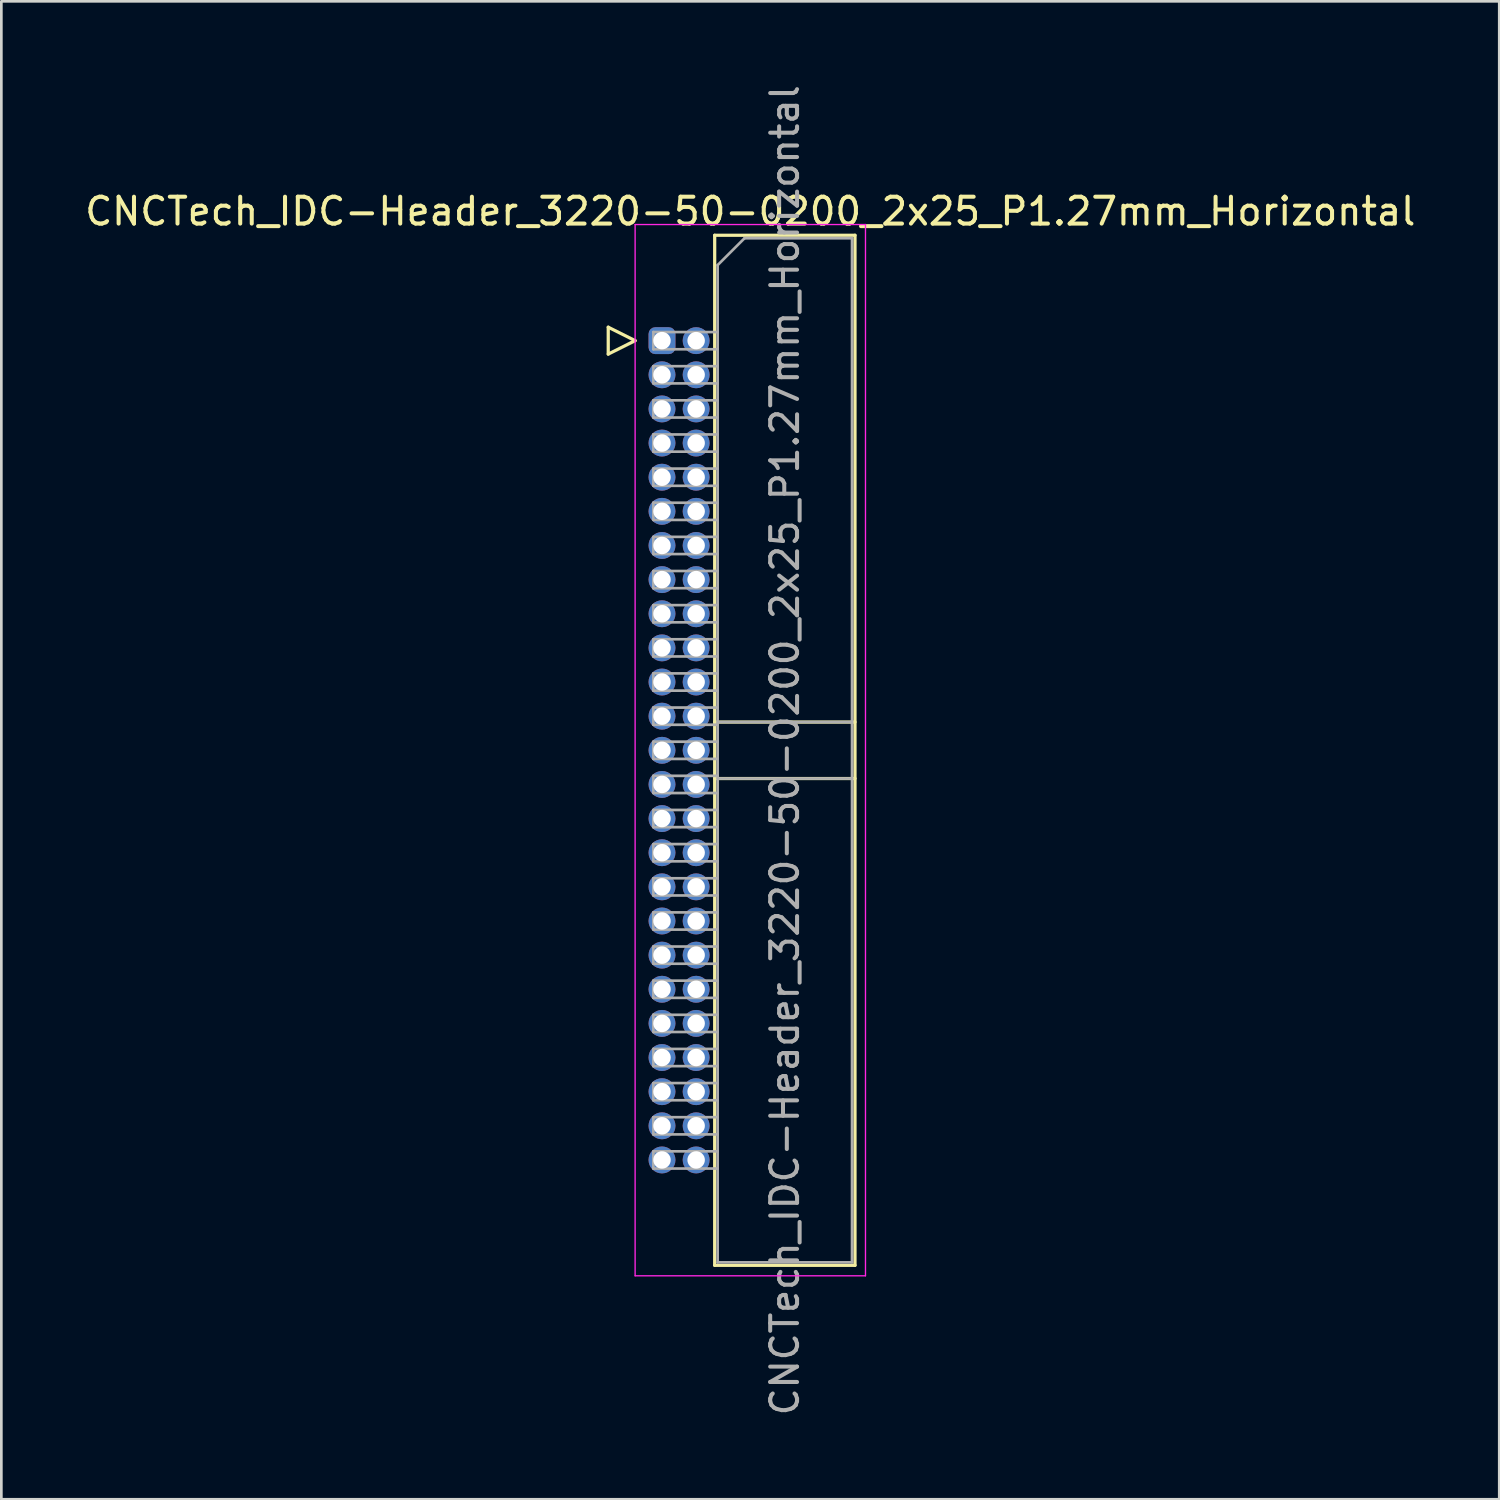
<source format=kicad_pcb>
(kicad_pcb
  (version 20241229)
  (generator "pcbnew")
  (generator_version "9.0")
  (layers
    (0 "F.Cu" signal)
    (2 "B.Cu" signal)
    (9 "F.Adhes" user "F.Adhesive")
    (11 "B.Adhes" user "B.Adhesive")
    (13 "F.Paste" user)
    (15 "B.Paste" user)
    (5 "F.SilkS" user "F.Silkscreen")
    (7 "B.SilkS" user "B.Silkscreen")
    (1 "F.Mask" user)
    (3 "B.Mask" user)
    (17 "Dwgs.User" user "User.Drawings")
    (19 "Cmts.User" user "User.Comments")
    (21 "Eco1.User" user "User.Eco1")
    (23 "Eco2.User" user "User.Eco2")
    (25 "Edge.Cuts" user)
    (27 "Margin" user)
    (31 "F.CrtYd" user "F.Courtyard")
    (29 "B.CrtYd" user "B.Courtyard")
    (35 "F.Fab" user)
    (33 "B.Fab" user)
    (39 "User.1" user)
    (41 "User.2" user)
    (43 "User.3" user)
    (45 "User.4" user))
  (footprint "CNCTech_IDC-Header_3220-50-0200_2x25_P1.27mm_Horizontal"
    (layer "F.Cu")
    (at 21.578 9.623)
    (property "Reference" "CNCTech_IDC-Header_3220-50-0200_2x25_P1.27mm_Horizontal" (at 3.285 -4.81 0) (layer "F.SilkS") (effects (font (size 1 1) (thickness 0.15))))
    (attr through_hole)
    (fp_line (start -2 -0.5) (end -2 0.5) (stroke (width 0.12) (type solid)) (layer "F.SilkS"))
    (fp_line (start -2 0.5) (end -1 0) (stroke (width 0.12) (type solid)) (layer "F.SilkS"))
    (fp_line (start -1 0) (end -2 -0.5) (stroke (width 0.12) (type solid)) (layer "F.SilkS"))
    (fp_line (start 1.96 -3.92) (end 7.18 -3.92) (stroke (width 0.12) (type solid)) (layer "F.SilkS"))
    (fp_line (start 1.96 14.19) (end 7.18 14.19) (stroke (width 0.12) (type solid)) (layer "F.SilkS"))
    (fp_line (start 1.96 16.29) (end 7.18 16.29) (stroke (width 0.12) (type solid)) (layer "F.SilkS"))
    (fp_line (start 1.96 34.4) (end 1.96 -3.92) (stroke (width 0.12) (type solid)) (layer "F.SilkS"))
    (fp_line (start 7.18 -3.92) (end 7.18 34.4) (stroke (width 0.12) (type solid)) (layer "F.SilkS"))
    (fp_line (start 7.18 34.4) (end 1.96 34.4) (stroke (width 0.12) (type solid)) (layer "F.SilkS"))
    (fp_line (start -1 -4.32) (end -1 34.79) (stroke (width 0.05) (type solid)) (layer "F.CrtYd"))
    (fp_line (start -1 34.79) (end 7.57 34.79) (stroke (width 0.05) (type solid)) (layer "F.CrtYd"))
    (fp_line (start 7.57 -4.32) (end -1 -4.32) (stroke (width 0.05) (type solid)) (layer "F.CrtYd"))
    (fp_line (start 7.57 34.79) (end 7.57 -4.32) (stroke (width 0.05) (type solid)) (layer "F.CrtYd"))
    (fp_line (start -0.32 -0.32) (end -0.32 0.32) (stroke (width 0.1) (type solid)) (layer "F.Fab"))
    (fp_line (start -0.32 0.32) (end 2.07 0.32) (stroke (width 0.1) (type solid)) (layer "F.Fab"))
    (fp_line (start -0.32 0.95) (end -0.32 1.59) (stroke (width 0.1) (type solid)) (layer "F.Fab"))
    (fp_line (start -0.32 1.59) (end 2.07 1.59) (stroke (width 0.1) (type solid)) (layer "F.Fab"))
    (fp_line (start -0.32 2.22) (end -0.32 2.86) (stroke (width 0.1) (type solid)) (layer "F.Fab"))
    (fp_line (start -0.32 2.86) (end 2.07 2.86) (stroke (width 0.1) (type solid)) (layer "F.Fab"))
    (fp_line (start -0.32 3.49) (end -0.32 4.13) (stroke (width 0.1) (type solid)) (layer "F.Fab"))
    (fp_line (start -0.32 4.13) (end 2.07 4.13) (stroke (width 0.1) (type solid)) (layer "F.Fab"))
    (fp_line (start -0.32 4.76) (end -0.32 5.4) (stroke (width 0.1) (type solid)) (layer "F.Fab"))
    (fp_line (start -0.32 5.4) (end 2.07 5.4) (stroke (width 0.1) (type solid)) (layer "F.Fab"))
    (fp_line (start -0.32 6.03) (end -0.32 6.67) (stroke (width 0.1) (type solid)) (layer "F.Fab"))
    (fp_line (start -0.32 6.67) (end 2.07 6.67) (stroke (width 0.1) (type solid)) (layer "F.Fab"))
    (fp_line (start -0.32 7.3) (end -0.32 7.94) (stroke (width 0.1) (type solid)) (layer "F.Fab"))
    (fp_line (start -0.32 7.94) (end 2.07 7.94) (stroke (width 0.1) (type solid)) (layer "F.Fab"))
    (fp_line (start -0.32 8.57) (end -0.32 9.21) (stroke (width 0.1) (type solid)) (layer "F.Fab"))
    (fp_line (start -0.32 9.21) (end 2.07 9.21) (stroke (width 0.1) (type solid)) (layer "F.Fab"))
    (fp_line (start -0.32 9.84) (end -0.32 10.48) (stroke (width 0.1) (type solid)) (layer "F.Fab"))
    (fp_line (start -0.32 10.48) (end 2.07 10.48) (stroke (width 0.1) (type solid)) (layer "F.Fab"))
    (fp_line (start -0.32 11.11) (end -0.32 11.75) (stroke (width 0.1) (type solid)) (layer "F.Fab"))
    (fp_line (start -0.32 11.75) (end 2.07 11.75) (stroke (width 0.1) (type solid)) (layer "F.Fab"))
    (fp_line (start -0.32 12.38) (end -0.32 13.02) (stroke (width 0.1) (type solid)) (layer "F.Fab"))
    (fp_line (start -0.32 13.02) (end 2.07 13.02) (stroke (width 0.1) (type solid)) (layer "F.Fab"))
    (fp_line (start -0.32 13.65) (end -0.32 14.29) (stroke (width 0.1) (type solid)) (layer "F.Fab"))
    (fp_line (start -0.32 14.29) (end 2.07 14.29) (stroke (width 0.1) (type solid)) (layer "F.Fab"))
    (fp_line (start -0.32 14.92) (end -0.32 15.56) (stroke (width 0.1) (type solid)) (layer "F.Fab"))
    (fp_line (start -0.32 15.56) (end 2.07 15.56) (stroke (width 0.1) (type solid)) (layer "F.Fab"))
    (fp_line (start -0.32 16.19) (end -0.32 16.83) (stroke (width 0.1) (type solid)) (layer "F.Fab"))
    (fp_line (start -0.32 16.83) (end 2.07 16.83) (stroke (width 0.1) (type solid)) (layer "F.Fab"))
    (fp_line (start -0.32 17.46) (end -0.32 18.1) (stroke (width 0.1) (type solid)) (layer "F.Fab"))
    (fp_line (start -0.32 18.1) (end 2.07 18.1) (stroke (width 0.1) (type solid)) (layer "F.Fab"))
    (fp_line (start -0.32 18.73) (end -0.32 19.37) (stroke (width 0.1) (type solid)) (layer "F.Fab"))
    (fp_line (start -0.32 19.37) (end 2.07 19.37) (stroke (width 0.1) (type solid)) (layer "F.Fab"))
    (fp_line (start -0.32 20) (end -0.32 20.64) (stroke (width 0.1) (type solid)) (layer "F.Fab"))
    (fp_line (start -0.32 20.64) (end 2.07 20.64) (stroke (width 0.1) (type solid)) (layer "F.Fab"))
    (fp_line (start -0.32 21.27) (end -0.32 21.91) (stroke (width 0.1) (type solid)) (layer "F.Fab"))
    (fp_line (start -0.32 21.91) (end 2.07 21.91) (stroke (width 0.1) (type solid)) (layer "F.Fab"))
    (fp_line (start -0.32 22.54) (end -0.32 23.18) (stroke (width 0.1) (type solid)) (layer "F.Fab"))
    (fp_line (start -0.32 23.18) (end 2.07 23.18) (stroke (width 0.1) (type solid)) (layer "F.Fab"))
    (fp_line (start -0.32 23.81) (end -0.32 24.45) (stroke (width 0.1) (type solid)) (layer "F.Fab"))
    (fp_line (start -0.32 24.45) (end 2.07 24.45) (stroke (width 0.1) (type solid)) (layer "F.Fab"))
    (fp_line (start -0.32 25.08) (end -0.32 25.72) (stroke (width 0.1) (type solid)) (layer "F.Fab"))
    (fp_line (start -0.32 25.72) (end 2.07 25.72) (stroke (width 0.1) (type solid)) (layer "F.Fab"))
    (fp_line (start -0.32 26.35) (end -0.32 26.99) (stroke (width 0.1) (type solid)) (layer "F.Fab"))
    (fp_line (start -0.32 26.99) (end 2.07 26.99) (stroke (width 0.1) (type solid)) (layer "F.Fab"))
    (fp_line (start -0.32 27.62) (end -0.32 28.26) (stroke (width 0.1) (type solid)) (layer "F.Fab"))
    (fp_line (start -0.32 28.26) (end 2.07 28.26) (stroke (width 0.1) (type solid)) (layer "F.Fab"))
    (fp_line (start -0.32 28.89) (end -0.32 29.53) (stroke (width 0.1) (type solid)) (layer "F.Fab"))
    (fp_line (start -0.32 29.53) (end 2.07 29.53) (stroke (width 0.1) (type solid)) (layer "F.Fab"))
    (fp_line (start -0.32 30.16) (end -0.32 30.8) (stroke (width 0.1) (type solid)) (layer "F.Fab"))
    (fp_line (start -0.32 30.8) (end 2.07 30.8) (stroke (width 0.1) (type solid)) (layer "F.Fab"))
    (fp_line (start 2.07 -2.81) (end 3.07 -3.81) (stroke (width 0.1) (type solid)) (layer "F.Fab"))
    (fp_line (start 2.07 -0.32) (end -0.32 -0.32) (stroke (width 0.1) (type solid)) (layer "F.Fab"))
    (fp_line (start 2.07 0.95) (end -0.32 0.95) (stroke (width 0.1) (type solid)) (layer "F.Fab"))
    (fp_line (start 2.07 2.22) (end -0.32 2.22) (stroke (width 0.1) (type solid)) (layer "F.Fab"))
    (fp_line (start 2.07 3.49) (end -0.32 3.49) (stroke (width 0.1) (type solid)) (layer "F.Fab"))
    (fp_line (start 2.07 4.76) (end -0.32 4.76) (stroke (width 0.1) (type solid)) (layer "F.Fab"))
    (fp_line (start 2.07 6.03) (end -0.32 6.03) (stroke (width 0.1) (type solid)) (layer "F.Fab"))
    (fp_line (start 2.07 7.3) (end -0.32 7.3) (stroke (width 0.1) (type solid)) (layer "F.Fab"))
    (fp_line (start 2.07 8.57) (end -0.32 8.57) (stroke (width 0.1) (type solid)) (layer "F.Fab"))
    (fp_line (start 2.07 9.84) (end -0.32 9.84) (stroke (width 0.1) (type solid)) (layer "F.Fab"))
    (fp_line (start 2.07 11.11) (end -0.32 11.11) (stroke (width 0.1) (type solid)) (layer "F.Fab"))
    (fp_line (start 2.07 12.38) (end -0.32 12.38) (stroke (width 0.1) (type solid)) (layer "F.Fab"))
    (fp_line (start 2.07 13.65) (end -0.32 13.65) (stroke (width 0.1) (type solid)) (layer "F.Fab"))
    (fp_line (start 2.07 14.19) (end 7.07 14.19) (stroke (width 0.1) (type solid)) (layer "F.Fab"))
    (fp_line (start 2.07 14.92) (end -0.32 14.92) (stroke (width 0.1) (type solid)) (layer "F.Fab"))
    (fp_line (start 2.07 16.19) (end -0.32 16.19) (stroke (width 0.1) (type solid)) (layer "F.Fab"))
    (fp_line (start 2.07 16.29) (end 7.07 16.29) (stroke (width 0.1) (type solid)) (layer "F.Fab"))
    (fp_line (start 2.07 17.46) (end -0.32 17.46) (stroke (width 0.1) (type solid)) (layer "F.Fab"))
    (fp_line (start 2.07 18.73) (end -0.32 18.73) (stroke (width 0.1) (type solid)) (layer "F.Fab"))
    (fp_line (start 2.07 20) (end -0.32 20) (stroke (width 0.1) (type solid)) (layer "F.Fab"))
    (fp_line (start 2.07 21.27) (end -0.32 21.27) (stroke (width 0.1) (type solid)) (layer "F.Fab"))
    (fp_line (start 2.07 22.54) (end -0.32 22.54) (stroke (width 0.1) (type solid)) (layer "F.Fab"))
    (fp_line (start 2.07 23.81) (end -0.32 23.81) (stroke (width 0.1) (type solid)) (layer "F.Fab"))
    (fp_line (start 2.07 25.08) (end -0.32 25.08) (stroke (width 0.1) (type solid)) (layer "F.Fab"))
    (fp_line (start 2.07 26.35) (end -0.32 26.35) (stroke (width 0.1) (type solid)) (layer "F.Fab"))
    (fp_line (start 2.07 27.62) (end -0.32 27.62) (stroke (width 0.1) (type solid)) (layer "F.Fab"))
    (fp_line (start 2.07 28.89) (end -0.32 28.89) (stroke (width 0.1) (type solid)) (layer "F.Fab"))
    (fp_line (start 2.07 30.16) (end -0.32 30.16) (stroke (width 0.1) (type solid)) (layer "F.Fab"))
    (fp_line (start 2.07 34.29) (end 2.07 -2.81) (stroke (width 0.1) (type solid)) (layer "F.Fab"))
    (fp_line (start 3.07 -3.81) (end 7.07 -3.81) (stroke (width 0.1) (type solid)) (layer "F.Fab"))
    (fp_line (start 7.07 -3.81) (end 7.07 34.29) (stroke (width 0.1) (type solid)) (layer "F.Fab"))
    (fp_line (start 7.07 34.29) (end 2.07 34.29) (stroke (width 0.1) (type solid)) (layer "F.Fab"))
    (fp_text user "${REFERENCE}" (at 4.57 15.24 90) (layer "F.Fab") (effects (font (size 1 1) (thickness 0.15))))
    (pad "1" thru_hole roundrect (at 0 0) (size 1 1) (drill 0.65) (layers "*.Cu" "*.Mask") (roundrect_rratio 0.25))
    (pad "2" thru_hole circle (at 1.27 0) (size 1 1) (drill 0.65) (layers "*.Cu" "*.Mask"))
    (pad "3" thru_hole circle (at 0 1.27) (size 1 1) (drill 0.65) (layers "*.Cu" "*.Mask"))
    (pad "4" thru_hole circle (at 1.27 1.27) (size 1 1) (drill 0.65) (layers "*.Cu" "*.Mask"))
    (pad "5" thru_hole circle (at 0 2.54) (size 1 1) (drill 0.65) (layers "*.Cu" "*.Mask"))
    (pad "6" thru_hole circle (at 1.27 2.54) (size 1 1) (drill 0.65) (layers "*.Cu" "*.Mask"))
    (pad "7" thru_hole circle (at 0 3.81) (size 1 1) (drill 0.65) (layers "*.Cu" "*.Mask"))
    (pad "8" thru_hole circle (at 1.27 3.81) (size 1 1) (drill 0.65) (layers "*.Cu" "*.Mask"))
    (pad "9" thru_hole circle (at 0 5.08) (size 1 1) (drill 0.65) (layers "*.Cu" "*.Mask"))
    (pad "10" thru_hole circle (at 1.27 5.08) (size 1 1) (drill 0.65) (layers "*.Cu" "*.Mask"))
    (pad "11" thru_hole circle (at 0 6.35) (size 1 1) (drill 0.65) (layers "*.Cu" "*.Mask"))
    (pad "12" thru_hole circle (at 1.27 6.35) (size 1 1) (drill 0.65) (layers "*.Cu" "*.Mask"))
    (pad "13" thru_hole circle (at 0 7.62) (size 1 1) (drill 0.65) (layers "*.Cu" "*.Mask"))
    (pad "14" thru_hole circle (at 1.27 7.62) (size 1 1) (drill 0.65) (layers "*.Cu" "*.Mask"))
    (pad "15" thru_hole circle (at 0 8.89) (size 1 1) (drill 0.65) (layers "*.Cu" "*.Mask"))
    (pad "16" thru_hole circle (at 1.27 8.89) (size 1 1) (drill 0.65) (layers "*.Cu" "*.Mask"))
    (pad "17" thru_hole circle (at 0 10.16) (size 1 1) (drill 0.65) (layers "*.Cu" "*.Mask"))
    (pad "18" thru_hole circle (at 1.27 10.16) (size 1 1) (drill 0.65) (layers "*.Cu" "*.Mask"))
    (pad "19" thru_hole circle (at 0 11.43) (size 1 1) (drill 0.65) (layers "*.Cu" "*.Mask"))
    (pad "20" thru_hole circle (at 1.27 11.43) (size 1 1) (drill 0.65) (layers "*.Cu" "*.Mask"))
    (pad "21" thru_hole circle (at 0 12.7) (size 1 1) (drill 0.65) (layers "*.Cu" "*.Mask"))
    (pad "22" thru_hole circle (at 1.27 12.7) (size 1 1) (drill 0.65) (layers "*.Cu" "*.Mask"))
    (pad "23" thru_hole circle (at 0 13.97) (size 1 1) (drill 0.65) (layers "*.Cu" "*.Mask"))
    (pad "24" thru_hole circle (at 1.27 13.97) (size 1 1) (drill 0.65) (layers "*.Cu" "*.Mask"))
    (pad "25" thru_hole circle (at 0 15.24) (size 1 1) (drill 0.65) (layers "*.Cu" "*.Mask"))
    (pad "26" thru_hole circle (at 1.27 15.24) (size 1 1) (drill 0.65) (layers "*.Cu" "*.Mask"))
    (pad "27" thru_hole circle (at 0 16.51) (size 1 1) (drill 0.65) (layers "*.Cu" "*.Mask"))
    (pad "28" thru_hole circle (at 1.27 16.51) (size 1 1) (drill 0.65) (layers "*.Cu" "*.Mask"))
    (pad "29" thru_hole circle (at 0 17.78) (size 1 1) (drill 0.65) (layers "*.Cu" "*.Mask"))
    (pad "30" thru_hole circle (at 1.27 17.78) (size 1 1) (drill 0.65) (layers "*.Cu" "*.Mask"))
    (pad "31" thru_hole circle (at 0 19.05) (size 1 1) (drill 0.65) (layers "*.Cu" "*.Mask"))
    (pad "32" thru_hole circle (at 1.27 19.05) (size 1 1) (drill 0.65) (layers "*.Cu" "*.Mask"))
    (pad "33" thru_hole circle (at 0 20.32) (size 1 1) (drill 0.65) (layers "*.Cu" "*.Mask"))
    (pad "34" thru_hole circle (at 1.27 20.32) (size 1 1) (drill 0.65) (layers "*.Cu" "*.Mask"))
    (pad "35" thru_hole circle (at 0 21.59) (size 1 1) (drill 0.65) (layers "*.Cu" "*.Mask"))
    (pad "36" thru_hole circle (at 1.27 21.59) (size 1 1) (drill 0.65) (layers "*.Cu" "*.Mask"))
    (pad "37" thru_hole circle (at 0 22.86) (size 1 1) (drill 0.65) (layers "*.Cu" "*.Mask"))
    (pad "38" thru_hole circle (at 1.27 22.86) (size 1 1) (drill 0.65) (layers "*.Cu" "*.Mask"))
    (pad "39" thru_hole circle (at 0 24.13) (size 1 1) (drill 0.65) (layers "*.Cu" "*.Mask"))
    (pad "40" thru_hole circle (at 1.27 24.13) (size 1 1) (drill 0.65) (layers "*.Cu" "*.Mask"))
    (pad "41" thru_hole circle (at 0 25.4) (size 1 1) (drill 0.65) (layers "*.Cu" "*.Mask"))
    (pad "42" thru_hole circle (at 1.27 25.4) (size 1 1) (drill 0.65) (layers "*.Cu" "*.Mask"))
    (pad "43" thru_hole circle (at 0 26.67) (size 1 1) (drill 0.65) (layers "*.Cu" "*.Mask"))
    (pad "44" thru_hole circle (at 1.27 26.67) (size 1 1) (drill 0.65) (layers "*.Cu" "*.Mask"))
    (pad "45" thru_hole circle (at 0 27.94) (size 1 1) (drill 0.65) (layers "*.Cu" "*.Mask"))
    (pad "46" thru_hole circle (at 1.27 27.94) (size 1 1) (drill 0.65) (layers "*.Cu" "*.Mask"))
    (pad "47" thru_hole circle (at 0 29.21) (size 1 1) (drill 0.65) (layers "*.Cu" "*.Mask"))
    (pad "48" thru_hole circle (at 1.27 29.21) (size 1 1) (drill 0.65) (layers "*.Cu" "*.Mask"))
    (pad "49" thru_hole circle (at 0 30.48) (size 1 1) (drill 0.65) (layers "*.Cu" "*.Mask"))
    (pad "50" thru_hole circle (at 1.27 30.48) (size 1 1) (drill 0.65) (layers "*.Cu" "*.Mask")))
  (gr_rect
    (start -3 -3)
    (end 52.726 52.726)
    (stroke (width 0.1) (type default))
    (fill no)
    (layer "Edge.Cuts")))
</source>
